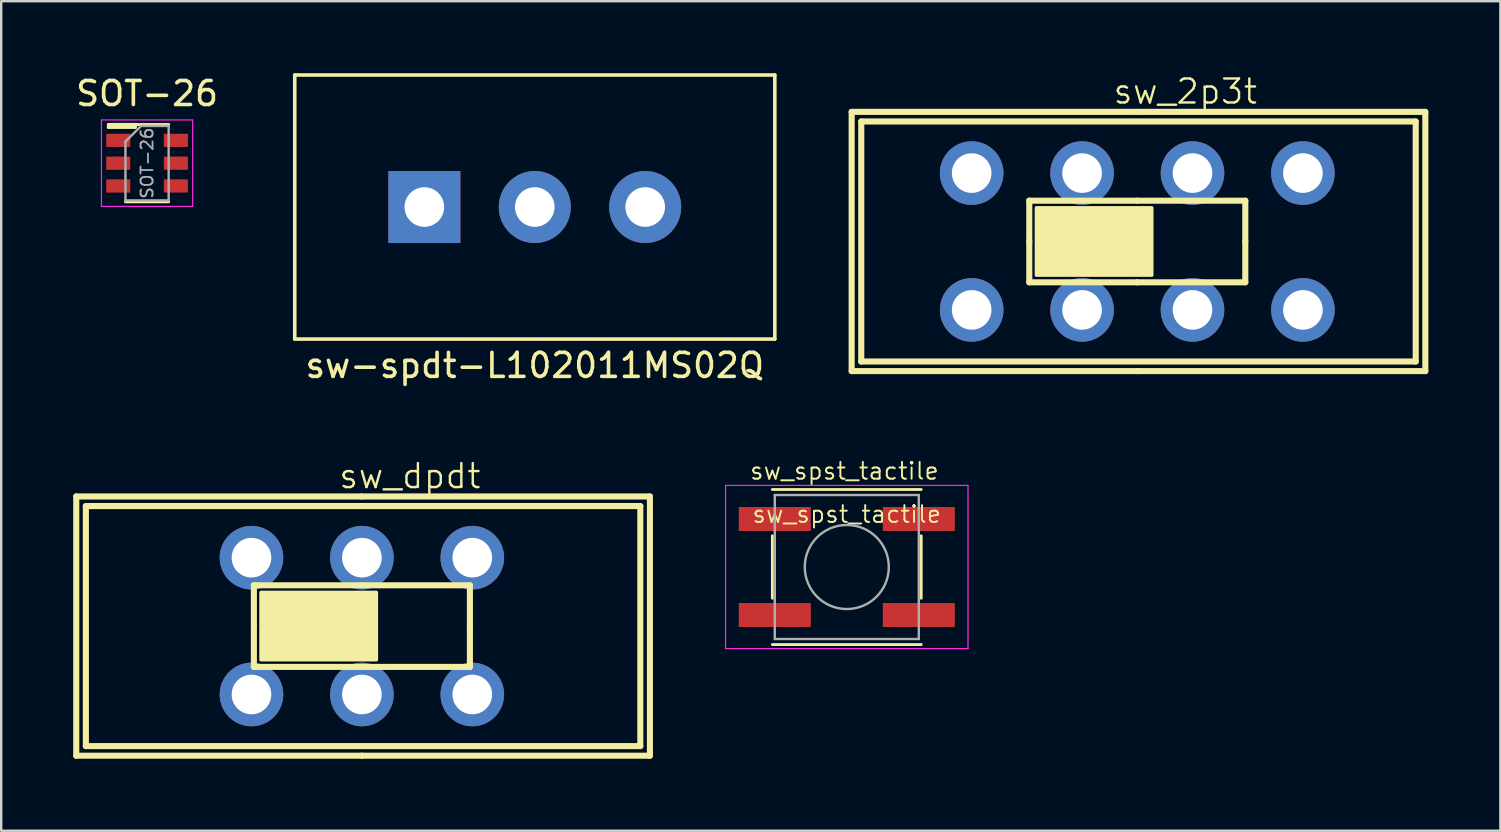
<source format=kicad_pcb>
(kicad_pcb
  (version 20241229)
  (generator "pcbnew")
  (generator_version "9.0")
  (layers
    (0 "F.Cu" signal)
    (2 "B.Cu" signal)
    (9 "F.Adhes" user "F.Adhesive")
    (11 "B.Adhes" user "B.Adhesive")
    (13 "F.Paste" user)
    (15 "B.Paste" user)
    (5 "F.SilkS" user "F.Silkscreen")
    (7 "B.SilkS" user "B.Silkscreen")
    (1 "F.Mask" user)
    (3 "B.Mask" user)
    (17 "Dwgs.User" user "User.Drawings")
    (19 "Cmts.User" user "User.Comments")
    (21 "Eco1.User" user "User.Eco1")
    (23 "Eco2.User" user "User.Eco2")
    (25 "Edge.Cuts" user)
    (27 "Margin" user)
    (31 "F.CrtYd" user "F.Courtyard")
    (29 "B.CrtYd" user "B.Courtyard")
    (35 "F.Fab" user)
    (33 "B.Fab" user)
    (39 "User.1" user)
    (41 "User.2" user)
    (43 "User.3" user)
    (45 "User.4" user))
  (footprint "sw-spdt-L102011MS02Q"
    (layer "F.Cu")
    (at 19.23 5.575)
    (property "Reference" "sw-spdt-L102011MS02Q" (at 0 6.6 0) (layer "F.SilkS") (effects (font (size 1 1) (thickness 0.15))))
    (attr through_hole)
    (fp_line (start -10 -5.5) (end 10 -5.5) (stroke (width 0.15) (type solid)) (layer "F.SilkS"))
    (fp_line (start -10 5.5) (end -10 -5.5) (stroke (width 0.15) (type solid)) (layer "F.SilkS"))
    (fp_line (start 10 -5.5) (end 10 5.5) (stroke (width 0.15) (type solid)) (layer "F.SilkS"))
    (fp_line (start 10 5.5) (end -10 5.5) (stroke (width 0.15) (type solid)) (layer "F.SilkS"))
    (pad "1" thru_hole rect (at -4.6 0) (size 3 3) (drill 1.65) (layers "*.Cu" "*.Mask"))
    (pad "2" thru_hole circle (at 0 0) (size 3 3) (drill 1.65) (layers "*.Cu" "*.Mask"))
    (pad "3" thru_hole circle (at 4.6 0) (size 3 3) (drill 1.65) (layers "*.Cu" "*.Mask")))
  (footprint "sw_2p3t"
    (layer "F.Cu")
    (at 44.332 7.011)
    (property "Reference" "sw_2p3t" (at 2 -6.25 0) (layer "F.SilkS") (effects (font (size 1 1) (thickness 0.1))))
    (attr through_hole)
    (fp_line (start -11.9 -5.4) (end -11.9 5.4) (stroke (width 0.254) (type solid)) (layer "F.SilkS"))
    (fp_line (start -11.9 5.4) (end 0 5.4) (stroke (width 0.254) (type solid)) (layer "F.SilkS"))
    (fp_line (start -11.5 -5) (end 11.6 -5) (stroke (width 0.254) (type solid)) (layer "F.SilkS"))
    (fp_line (start -11.5 5) (end -11.5 -5) (stroke (width 0.254) (type solid)) (layer "F.SilkS"))
    (fp_line (start -4.5 -1.7) (end 0 -1.7) (stroke (width 0.254) (type solid)) (layer "F.SilkS"))
    (fp_line (start -4.5 0) (end -4.5 -1.7) (stroke (width 0.254) (type solid)) (layer "F.SilkS"))
    (fp_line (start -4.5 0) (end -4.5 1.7) (stroke (width 0.254) (type solid)) (layer "F.SilkS"))
    (fp_line (start 0 -5.4) (end -11.9 -5.4) (stroke (width 0.254) (type solid)) (layer "F.SilkS"))
    (fp_line (start 0 -1.7) (end 4.5 -1.7) (stroke (width 0.254) (type solid)) (layer "F.SilkS"))
    (fp_line (start 0 1.7) (end -4.5 1.7) (stroke (width 0.254) (type solid)) (layer "F.SilkS"))
    (fp_line (start 0 5.4) (end 12 5.4) (stroke (width 0.254) (type solid)) (layer "F.SilkS"))
    (fp_line (start 4.5 -1.7) (end 4.5 0) (stroke (width 0.254) (type solid)) (layer "F.SilkS"))
    (fp_line (start 4.5 0) (end 4.5 1.7) (stroke (width 0.254) (type solid)) (layer "F.SilkS"))
    (fp_line (start 4.5 1.7) (end 0 1.7) (stroke (width 0.254) (type solid)) (layer "F.SilkS"))
    (fp_line (start 11.6 -5) (end 11.6 5) (stroke (width 0.254) (type solid)) (layer "F.SilkS"))
    (fp_line (start 11.6 5) (end -11.5 5) (stroke (width 0.254) (type solid)) (layer "F.SilkS"))
    (fp_line (start 12 -5.4) (end 0 -5.4) (stroke (width 0.254) (type solid)) (layer "F.SilkS"))
    (fp_line (start 12 5.4) (end 12 -5.4) (stroke (width 0.254) (type solid)) (layer "F.SilkS"))
    (fp_poly (pts (xy -4.2 -1.4) (xy 0.6 -1.4) (xy 0.6 1.4) (xy -4.2 1.4)) (stroke (width 0.15) (type solid)) (fill yes) (layer "F.SilkS"))
    (pad "1" thru_hole circle (at -6.9 -2.85) (size 2.65 2.65) (drill 1.65) (layers "*.Cu" "*.Mask"))
    (pad "2" thru_hole circle (at -2.3 -2.85) (size 2.65 2.65) (drill 1.65) (layers "*.Cu" "*.Mask"))
    (pad "3" thru_hole circle (at 2.3 -2.85) (size 2.65 2.65) (drill 1.65) (layers "*.Cu" "*.Mask"))
    (pad "4" thru_hole circle (at 6.9 -2.85) (size 2.65 2.65) (drill 1.65) (layers "*.Cu" "*.Mask"))
    (pad "5" thru_hole circle (at 6.9 2.85) (size 2.65 2.65) (drill 1.65) (layers "*.Cu" "*.Mask"))
    (pad "6" thru_hole circle (at 2.3 2.85) (size 2.65 2.65) (drill 1.65) (layers "*.Cu" "*.Mask"))
    (pad "7" thru_hole circle (at -2.3 2.85) (size 2.65 2.65) (drill 1.65) (layers "*.Cu" "*.Mask"))
    (pad "8" thru_hole circle (at -6.9 2.85) (size 2.65 2.65) (drill 1.65) (layers "*.Cu" "*.Mask")))
  (footprint "sw_dpdt"
    (layer "F.Cu")
    (at 12.027 23.034)
    (property "Reference" "sw_dpdt" (at 2 -6.25 0) (layer "F.SilkS") (effects (font (size 1 1) (thickness 0.1))))
    (attr through_hole)
    (fp_line (start -11.9 -5.4) (end -11.9 5.4) (stroke (width 0.254) (type solid)) (layer "F.SilkS"))
    (fp_line (start -11.9 5.4) (end 0 5.4) (stroke (width 0.254) (type solid)) (layer "F.SilkS"))
    (fp_line (start -11.5 -5) (end 11.6 -5) (stroke (width 0.254) (type solid)) (layer "F.SilkS"))
    (fp_line (start -11.5 5) (end -11.5 -5) (stroke (width 0.254) (type solid)) (layer "F.SilkS"))
    (fp_line (start -4.5 -1.7) (end 0 -1.7) (stroke (width 0.254) (type solid)) (layer "F.SilkS"))
    (fp_line (start -4.5 0) (end -4.5 -1.7) (stroke (width 0.254) (type solid)) (layer "F.SilkS"))
    (fp_line (start -4.5 0) (end -4.5 1.7) (stroke (width 0.254) (type solid)) (layer "F.SilkS"))
    (fp_line (start 0 -5.4) (end -11.9 -5.4) (stroke (width 0.254) (type solid)) (layer "F.SilkS"))
    (fp_line (start 0 -1.7) (end 4.5 -1.7) (stroke (width 0.254) (type solid)) (layer "F.SilkS"))
    (fp_line (start 0 1.7) (end -4.5 1.7) (stroke (width 0.254) (type solid)) (layer "F.SilkS"))
    (fp_line (start 0 5.4) (end 12 5.4) (stroke (width 0.254) (type solid)) (layer "F.SilkS"))
    (fp_line (start 4.5 -1.7) (end 4.5 0) (stroke (width 0.254) (type solid)) (layer "F.SilkS"))
    (fp_line (start 4.5 0) (end 4.5 1.7) (stroke (width 0.254) (type solid)) (layer "F.SilkS"))
    (fp_line (start 4.5 1.7) (end 0 1.7) (stroke (width 0.254) (type solid)) (layer "F.SilkS"))
    (fp_line (start 11.6 -5) (end 11.6 5) (stroke (width 0.254) (type solid)) (layer "F.SilkS"))
    (fp_line (start 11.6 5) (end -11.5 5) (stroke (width 0.254) (type solid)) (layer "F.SilkS"))
    (fp_line (start 12 -5.4) (end 0 -5.4) (stroke (width 0.254) (type solid)) (layer "F.SilkS"))
    (fp_line (start 12 5.4) (end 12 -5.4) (stroke (width 0.254) (type solid)) (layer "F.SilkS"))
    (fp_poly (pts (xy -4.2 -1.4) (xy 0.6 -1.4) (xy 0.6 1.4) (xy -4.2 1.4)) (stroke (width 0.15) (type solid)) (fill yes) (layer "F.SilkS"))
    (pad "1" thru_hole circle (at -4.6 -2.85) (size 2.65 2.65) (drill 1.65) (layers "*.Cu" "*.Mask"))
    (pad "2" thru_hole circle (at 0 -2.85) (size 2.65 2.65) (drill 1.65) (layers "*.Cu" "*.Mask"))
    (pad "3" thru_hole circle (at 4.6 -2.85) (size 2.65 2.65) (drill 1.65) (layers "*.Cu" "*.Mask"))
    (pad "4" thru_hole circle (at 4.6 2.85) (size 2.65 2.65) (drill 1.65) (layers "*.Cu" "*.Mask"))
    (pad "5" thru_hole circle (at 0 2.85) (size 2.65 2.65) (drill 1.65) (layers "*.Cu" "*.Mask"))
    (pad "6" thru_hole circle (at -4.6 2.85) (size 2.65 2.65) (drill 1.65) (layers "*.Cu" "*.Mask")))
  (footprint "sw_spst_tactile"
    (layer "F.Cu")
    (at 32.229 20.573)
    (property "Reference" "sw_spst_tactile" (at 0 -2.2 0) (layer "F.SilkS") (effects (font (size 0.7 0.7) (thickness 0.08))))
    (attr smd)
    (fp_line (start -3.1 -3.23) (end 3.1 -3.23) (stroke (width 0.12) (type solid)) (layer "F.SilkS"))
    (fp_line (start -3.1 -1.3) (end -3.1 1.3) (stroke (width 0.12) (type solid)) (layer "F.SilkS"))
    (fp_line (start -3.1 3.23) (end 3.1 3.23) (stroke (width 0.12) (type solid)) (layer "F.SilkS"))
    (fp_line (start 3.1 -1.3) (end 3.1 1.3) (stroke (width 0.12) (type solid)) (layer "F.SilkS"))
    (fp_line (start -5.05 -3.4) (end -5.05 3.4) (stroke (width 0.05) (type solid)) (layer "F.CrtYd"))
    (fp_line (start -5.05 -3.4) (end 5.05 -3.4) (stroke (width 0.05) (type solid)) (layer "F.CrtYd"))
    (fp_line (start -5.05 3.4) (end 5.05 3.4) (stroke (width 0.05) (type solid)) (layer "F.CrtYd"))
    (fp_line (start 5.05 3.4) (end 5.05 -3.4) (stroke (width 0.05) (type solid)) (layer "F.CrtYd"))
    (fp_line (start -3 -3) (end -3 3) (stroke (width 0.1) (type solid)) (layer "F.Fab"))
    (fp_line (start -3 3) (end 3 3) (stroke (width 0.1) (type solid)) (layer "F.Fab"))
    (fp_line (start 3 -3) (end -3 -3) (stroke (width 0.1) (type solid)) (layer "F.Fab"))
    (fp_line (start 3 3) (end 3 -3) (stroke (width 0.1) (type solid)) (layer "F.Fab"))
    (fp_circle (center 0 0) (end 1.75 -0.05) (stroke (width 0.1) (type solid)) (fill no) (layer "F.Fab"))
    (fp_text user "sw_spst_tactile" (at -0.1 -4 0) (layer "F.SilkS") (effects (font (size 0.7 0.7) (thickness 0.08))))
    (pad "1" smd rect (at -3 -2) (size 3 1) (layers "F.Cu" "F.Mask" "F.Paste"))
    (pad "2" smd rect (at -3 2) (size 3 1) (layers "F.Cu" "F.Mask" "F.Paste"))
    (pad "3" smd rect (at 3 -2) (size 3 1) (layers "F.Cu" "F.Mask" "F.Paste"))
    (pad "4" smd rect (at 3 2) (size 3 1) (layers "F.Cu" "F.Mask" "F.Paste")))
  (footprint "SOT-26"
    (layer "F.Cu")
    (at 3.077 3.748)
    (property "Reference" "SOT-26" (at 0 -2.9 0) (layer "F.SilkS") (effects (font (size 1 1) (thickness 0.15))))
    (attr smd)
    (fp_line (start -1.6 -1.6) (end -1.6 -1.5) (stroke (width 0.15) (type solid)) (layer "F.SilkS"))
    (fp_line (start -1.6 -1.5) (end -0.5 -1.5) (stroke (width 0.15) (type solid)) (layer "F.SilkS"))
    (fp_line (start -0.9 1.61) (end 0.9 1.61) (stroke (width 0.12) (type solid)) (layer "F.SilkS"))
    (fp_line (start -0.5 -1.6) (end -1.6 -1.6) (stroke (width 0.15) (type solid)) (layer "F.SilkS"))
    (fp_line (start -0.5 -1.5) (end -0.5 -1.6) (stroke (width 0.15) (type solid)) (layer "F.SilkS"))
    (fp_line (start 0.9 -1.61) (end -1.55 -1.61) (stroke (width 0.12) (type solid)) (layer "F.SilkS"))
    (fp_line (start -1.9 -1.8) (end -1.9 1.8) (stroke (width 0.05) (type solid)) (layer "F.CrtYd"))
    (fp_line (start -1.9 1.8) (end 1.9 1.8) (stroke (width 0.05) (type solid)) (layer "F.CrtYd"))
    (fp_line (start 1.9 -1.8) (end -1.9 -1.8) (stroke (width 0.05) (type solid)) (layer "F.CrtYd"))
    (fp_line (start 1.9 1.8) (end 1.9 -1.8) (stroke (width 0.05) (type solid)) (layer "F.CrtYd"))
    (fp_line (start -0.9 -0.9) (end -0.9 1.55) (stroke (width 0.1) (type solid)) (layer "F.Fab"))
    (fp_line (start -0.9 -0.9) (end -0.25 -1.55) (stroke (width 0.1) (type solid)) (layer "F.Fab"))
    (fp_line (start 0.9 -1.55) (end -0.25 -1.55) (stroke (width 0.1) (type solid)) (layer "F.Fab"))
    (fp_line (start 0.9 -1.55) (end 0.9 1.55) (stroke (width 0.1) (type solid)) (layer "F.Fab"))
    (fp_line (start 0.9 1.55) (end -0.9 1.55) (stroke (width 0.1) (type solid)) (layer "F.Fab"))
    (fp_text user "${REFERENCE}" (at 0 0 90) (layer "F.Fab") (effects (font (size 0.5 0.5) (thickness 0.075))))
    (pad "1" smd rect (at -1.2 -0.95) (size 1 0.55) (layers "F.Cu" "F.Mask" "F.Paste"))
    (pad "2" smd rect (at -1.2 0) (size 1 0.55) (layers "F.Cu" "F.Mask" "F.Paste"))
    (pad "3" smd rect (at -1.2 0.95) (size 1 0.55) (layers "F.Cu" "F.Mask" "F.Paste"))
    (pad "4" smd rect (at 1.2 0.95) (size 1 0.55) (layers "F.Cu" "F.Mask" "F.Paste"))
    (pad "5" smd rect (at 1.2 0) (size 1 0.55) (layers "F.Cu" "F.Mask" "F.Paste"))
    (pad "6" smd rect (at 1.2 -0.95) (size 1 0.55) (layers "F.Cu" "F.Mask" "F.Paste")))
  (gr_rect
    (start -3 -3)
    (end 59.459 31.561)
    (stroke (width 0.1) (type default))
    (fill no)
    (layer "Edge.Cuts")))
</source>
